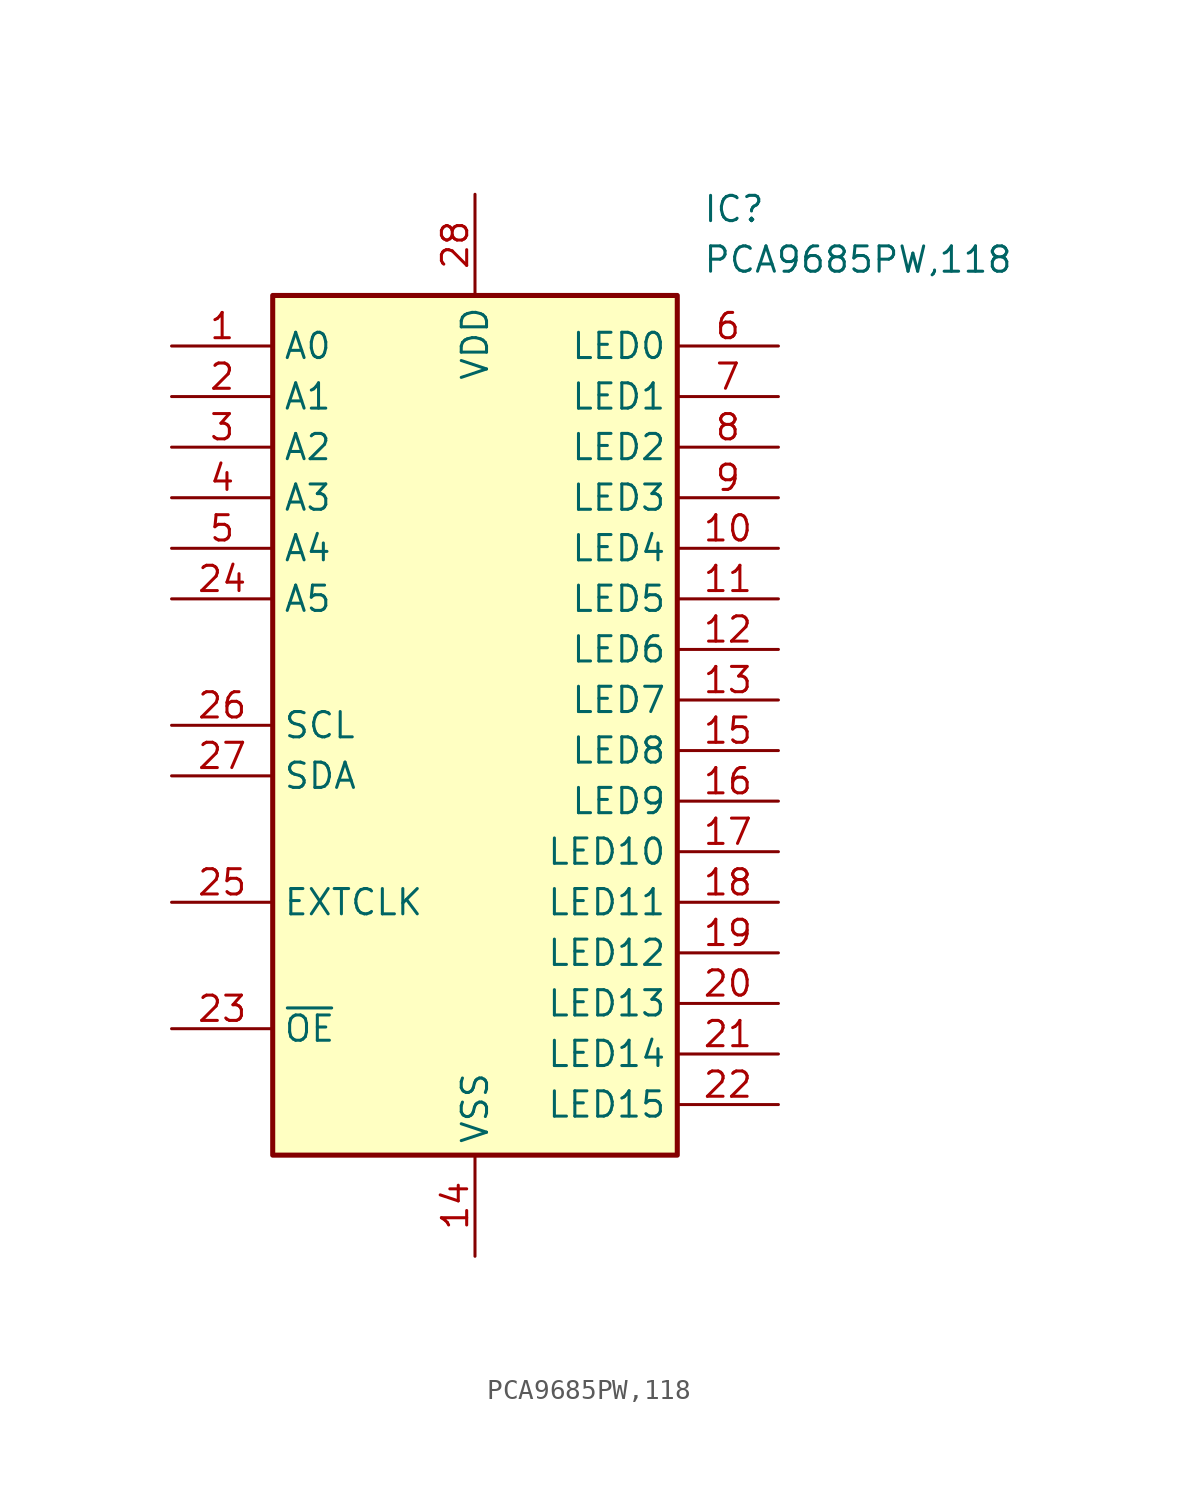
<source format=kicad_sym>
(kicad_symbol_lib
  (version 20241209)
  (generator "kicad_symbol_editor")
  (generator_version "9.0")
  (symbol "PCA9685PW,118"
    (property "Reference" "IC"
      (at 26.67 7.62 0)
      (effects (font (size 1.27 1.27)) (justify left top)))
    (property "Value" "PCA9685PW,118"
      (at 26.67 5.08 0)
      (effects (font (size 1.27 1.27)) (justify left top)))
    (symbol "PCA9685PW,118_1_1"
      (rectangle (start 5.08 2.54) (end 25.4 -40.64) (stroke (width 0.254) (type default)) (fill (type background)))
      (pin passive line (at 0 0 0) (length 5.08) (name "A0" (effects (font (size 1.27 1.27)))) (number "1" (effects (font (size 1.27 1.27)))))
      (pin passive line (at 0 -2.54 0) (length 5.08) (name "A1" (effects (font (size 1.27 1.27)))) (number "2" (effects (font (size 1.27 1.27)))))
      (pin passive line (at 0 -5.08 0) (length 5.08) (name "A2" (effects (font (size 1.27 1.27)))) (number "3" (effects (font (size 1.27 1.27)))))
      (pin passive line (at 0 -7.62 0) (length 5.08) (name "A3" (effects (font (size 1.27 1.27)))) (number "4" (effects (font (size 1.27 1.27)))))
      (pin passive line (at 0 -10.16 0) (length 5.08) (name "A4" (effects (font (size 1.27 1.27)))) (number "5" (effects (font (size 1.27 1.27)))))
      (pin passive line (at 0 -12.7 0) (length 5.08) (name "A5" (effects (font (size 1.27 1.27)))) (number "24" (effects (font (size 1.27 1.27)))))
      (pin passive line (at 0 -19.05 0) (length 5.08) (name "SCL" (effects (font (size 1.27 1.27)))) (number "26" (effects (font (size 1.27 1.27)))))
      (pin passive line (at 0 -21.59 0) (length 5.08) (name "SDA" (effects (font (size 1.27 1.27)))) (number "27" (effects (font (size 1.27 1.27)))))
      (pin passive line (at 0 -27.94 0) (length 5.08) (name "EXTCLK" (effects (font (size 1.27 1.27)))) (number "25" (effects (font (size 1.27 1.27)))))
      (pin passive line (at 0 -34.29 0) (length 5.08) (name "~{OE}" (effects (font (size 1.27 1.27)))) (number "23" (effects (font (size 1.27 1.27)))))
      (pin passive line (at 15.24 7.62 270) (length 5.08) (name "VDD" (effects (font (size 1.27 1.27)))) (number "28" (effects (font (size 1.27 1.27)))))
      (pin passive line (at 15.24 -45.72 90) (length 5.08) (name "VSS" (effects (font (size 1.27 1.27)))) (number "14" (effects (font (size 1.27 1.27)))))
      (pin passive line (at 30.48 0 180) (length 5.08) (name "LED0" (effects (font (size 1.27 1.27)))) (number "6" (effects (font (size 1.27 1.27)))))
      (pin passive line (at 30.48 -2.54 180) (length 5.08) (name "LED1" (effects (font (size 1.27 1.27)))) (number "7" (effects (font (size 1.27 1.27)))))
      (pin passive line (at 30.48 -5.08 180) (length 5.08) (name "LED2" (effects (font (size 1.27 1.27)))) (number "8" (effects (font (size 1.27 1.27)))))
      (pin passive line (at 30.48 -7.62 180) (length 5.08) (name "LED3" (effects (font (size 1.27 1.27)))) (number "9" (effects (font (size 1.27 1.27)))))
      (pin passive line (at 30.48 -10.16 180) (length 5.08) (name "LED4" (effects (font (size 1.27 1.27)))) (number "10" (effects (font (size 1.27 1.27)))))
      (pin passive line (at 30.48 -12.7 180) (length 5.08) (name "LED5" (effects (font (size 1.27 1.27)))) (number "11" (effects (font (size 1.27 1.27)))))
      (pin passive line (at 30.48 -15.24 180) (length 5.08) (name "LED6" (effects (font (size 1.27 1.27)))) (number "12" (effects (font (size 1.27 1.27)))))
      (pin passive line (at 30.48 -17.78 180) (length 5.08) (name "LED7" (effects (font (size 1.27 1.27)))) (number "13" (effects (font (size 1.27 1.27)))))
      (pin passive line (at 30.48 -20.32 180) (length 5.08) (name "LED8" (effects (font (size 1.27 1.27)))) (number "15" (effects (font (size 1.27 1.27)))))
      (pin passive line (at 30.48 -22.86 180) (length 5.08) (name "LED9" (effects (font (size 1.27 1.27)))) (number "16" (effects (font (size 1.27 1.27)))))
      (pin passive line (at 30.48 -25.4 180) (length 5.08) (name "LED10" (effects (font (size 1.27 1.27)))) (number "17" (effects (font (size 1.27 1.27)))))
      (pin passive line (at 30.48 -27.94 180) (length 5.08) (name "LED11" (effects (font (size 1.27 1.27)))) (number "18" (effects (font (size 1.27 1.27)))))
      (pin passive line (at 30.48 -30.48 180) (length 5.08) (name "LED12" (effects (font (size 1.27 1.27)))) (number "19" (effects (font (size 1.27 1.27)))))
      (pin passive line (at 30.48 -33.02 180) (length 5.08) (name "LED13" (effects (font (size 1.27 1.27)))) (number "20" (effects (font (size 1.27 1.27)))))
      (pin passive line (at 30.48 -35.56 180) (length 5.08) (name "LED14" (effects (font (size 1.27 1.27)))) (number "21" (effects (font (size 1.27 1.27)))))
      (pin passive line (at 30.48 -38.1 180) (length 5.08) (name "LED15" (effects (font (size 1.27 1.27)))) (number "22" (effects (font (size 1.27 1.27))))))))
</source>
